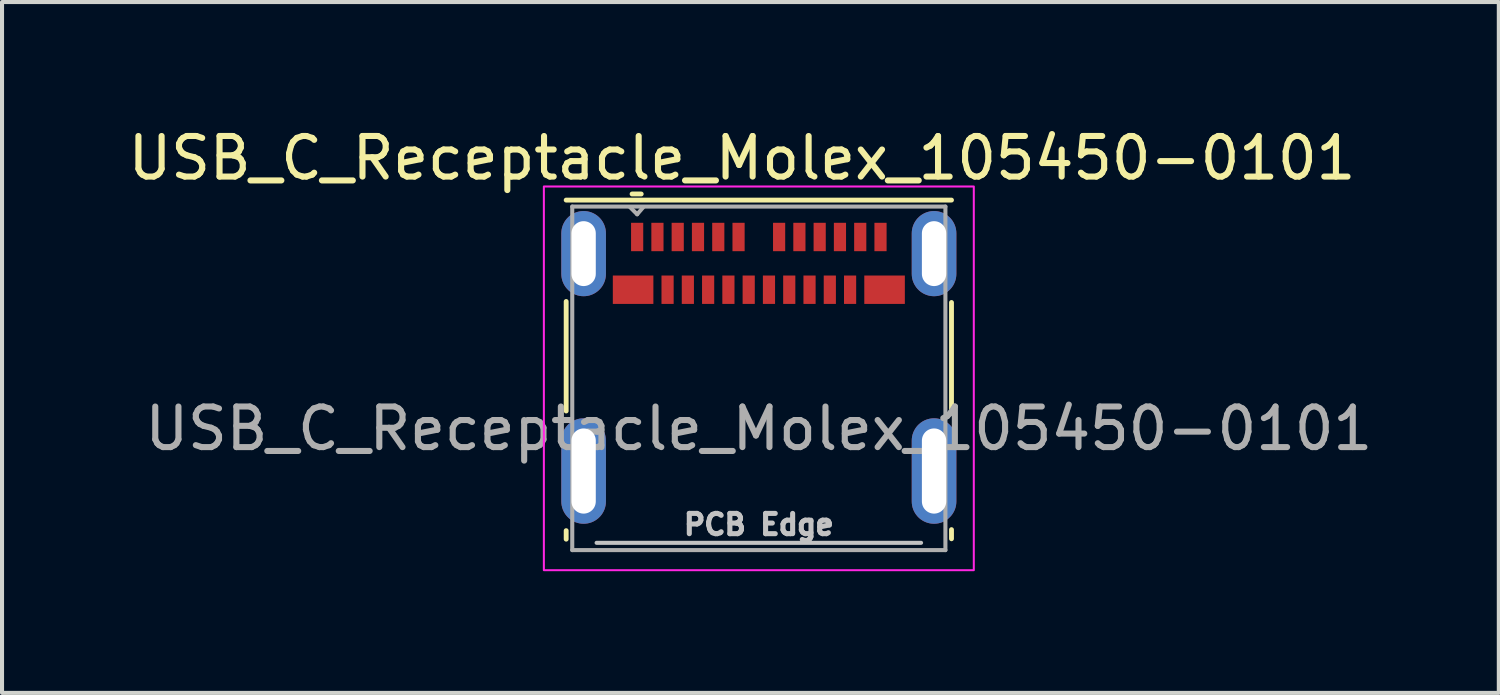
<source format=kicad_pcb>
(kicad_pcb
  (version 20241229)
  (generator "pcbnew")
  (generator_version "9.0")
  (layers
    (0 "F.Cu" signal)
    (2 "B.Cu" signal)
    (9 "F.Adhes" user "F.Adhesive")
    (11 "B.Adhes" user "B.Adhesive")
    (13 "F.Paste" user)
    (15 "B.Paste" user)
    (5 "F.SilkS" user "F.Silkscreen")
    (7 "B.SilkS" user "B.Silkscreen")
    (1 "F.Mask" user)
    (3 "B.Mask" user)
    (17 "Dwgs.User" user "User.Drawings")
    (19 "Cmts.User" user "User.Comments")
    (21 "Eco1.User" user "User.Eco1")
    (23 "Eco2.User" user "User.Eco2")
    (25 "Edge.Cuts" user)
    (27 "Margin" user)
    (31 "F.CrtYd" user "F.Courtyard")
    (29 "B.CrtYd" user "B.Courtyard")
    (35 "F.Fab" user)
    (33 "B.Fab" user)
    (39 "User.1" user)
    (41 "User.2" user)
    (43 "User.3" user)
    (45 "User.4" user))
  (footprint "USB_C_Receptacle_Molex_105450-0101"
    (layer "F.Cu")
    (at 15.659 6.008)
    (property "Reference" "USB_C_Receptacle_Molex_105450-0101" (at -0.415 -5.16 0) (unlocked yes) (layer "F.SilkS") (effects (font (size 1 1) (thickness 0.15))))
    (attr smd)
    (fp_line (start -4.75 -4.125) (end 4.75 -4.125) (stroke (width 0.12) (type solid)) (layer "F.SilkS"))
    (fp_line (start -4.75 -1.625) (end -4.75 1.075) (stroke (width 0.12) (type solid)) (layer "F.SilkS"))
    (fp_line (start -4.75 4.235) (end -4.75 4.025) (stroke (width 0.12) (type solid)) (layer "F.SilkS"))
    (fp_line (start -3.125 -4.275) (end -2.9 -4.275) (stroke (width 0.12) (type solid)) (layer "F.SilkS"))
    (fp_line (start 4.75 1.125) (end 4.75 -1.6) (stroke (width 0.12) (type solid)) (layer "F.SilkS"))
    (fp_line (start 4.75 4.225) (end 4.75 4) (stroke (width 0.12) (type solid)) (layer "F.SilkS"))
    (fp_line (start -4 4.325) (end 4 4.325) (stroke (width 0.1) (type solid)) (layer "Dwgs.User"))
    (fp_rect (start -5.3 -4.46) (end 5.3 5) (stroke (width 0.05) (type solid)) (fill no) (layer "F.CrtYd"))
    (fp_line (start -4.6 -3.965) (end -4.6 4.505) (stroke (width 0.1) (type solid)) (layer "F.Fab"))
    (fp_line (start -4.6 -3.965) (end 4.6 -3.965) (stroke (width 0.1) (type solid)) (layer "F.Fab"))
    (fp_line (start -4.6 4.505) (end 4.6 4.505) (stroke (width 0.1) (type solid)) (layer "F.Fab"))
    (fp_line (start -3.175 -3.95) (end -3 -3.775) (stroke (width 0.1) (type solid)) (layer "F.Fab"))
    (fp_line (start -3 -3.775) (end -2.85 -3.95) (stroke (width 0.1) (type solid)) (layer "F.Fab"))
    (fp_line (start 4.6 4.505) (end 4.6 -3.965) (stroke (width 0.1) (type solid)) (layer "F.Fab"))
    (fp_text user "PCB Edge" (at 0 3.875 0) (unlocked yes) (layer "Dwgs.User") (effects (font (size 0.5 0.5) (thickness 0.125))))
    (fp_text user "${REFERENCE}" (at 0 1.51 0) (unlocked yes) (layer "F.Fab") (effects (font (size 1 1) (thickness 0.15))))
    (pad "A1" smd rect (at -3 -3.215) (size 0.3 0.7) (layers "F.Cu" "F.Mask" "F.Paste"))
    (pad "A2" smd rect (at -2.5 -3.215) (size 0.3 0.7) (layers "F.Cu" "F.Mask" "F.Paste"))
    (pad "A3" smd rect (at -2 -3.215) (size 0.3 0.7) (layers "F.Cu" "F.Mask" "F.Paste"))
    (pad "A4" smd rect (at -1.5 -3.215) (size 0.3 0.7) (layers "F.Cu" "F.Mask" "F.Paste"))
    (pad "A5" smd rect (at -1 -3.215) (size 0.3 0.7) (layers "F.Cu" "F.Mask" "F.Paste"))
    (pad "A6" smd rect (at -0.5 -3.215) (size 0.3 0.7) (layers "F.Cu" "F.Mask" "F.Paste"))
    (pad "A7" smd rect (at 0.5 -3.215) (size 0.3 0.7) (layers "F.Cu" "F.Mask" "F.Paste"))
    (pad "A8" smd rect (at 1 -3.215) (size 0.3 0.7) (layers "F.Cu" "F.Mask" "F.Paste"))
    (pad "A9" smd rect (at 1.5 -3.215) (size 0.3 0.7) (layers "F.Cu" "F.Mask" "F.Paste"))
    (pad "A10" smd rect (at 2 -3.215) (size 0.3 0.7) (layers "F.Cu" "F.Mask" "F.Paste"))
    (pad "A11" smd rect (at 2.5 -3.215) (size 0.3 0.7) (layers "F.Cu" "F.Mask" "F.Paste"))
    (pad "A12" smd rect (at 3 -3.215) (size 0.3 0.7) (layers "F.Cu" "F.Mask" "F.Paste"))
    (pad "B1" smd rect (at 3.1 -1.915) (size 1 0.7) (layers "F.Cu" "F.Mask" "F.Paste"))
    (pad "B2" smd rect (at 2.25 -1.915) (size 0.3 0.7) (layers "F.Cu" "F.Mask" "F.Paste"))
    (pad "B3" smd rect (at 1.75 -1.915) (size 0.3 0.7) (layers "F.Cu" "F.Mask" "F.Paste"))
    (pad "B4" smd rect (at 1.25 -1.915) (size 0.3 0.7) (layers "F.Cu" "F.Mask" "F.Paste"))
    (pad "B5" smd rect (at 0.75 -1.915) (size 0.3 0.7) (layers "F.Cu" "F.Mask" "F.Paste"))
    (pad "B6" smd rect (at 0.25 -1.915) (size 0.3 0.7) (layers "F.Cu" "F.Mask" "F.Paste"))
    (pad "B7" smd rect (at -0.25 -1.915) (size 0.3 0.7) (layers "F.Cu" "F.Mask" "F.Paste"))
    (pad "B8" smd rect (at -0.75 -1.915) (size 0.3 0.7) (layers "F.Cu" "F.Mask" "F.Paste"))
    (pad "B9" smd rect (at -1.25 -1.915) (size 0.3 0.7) (layers "F.Cu" "F.Mask" "F.Paste"))
    (pad "B10" smd rect (at -1.75 -1.915) (size 0.3 0.7) (layers "F.Cu" "F.Mask" "F.Paste"))
    (pad "B11" smd rect (at -2.25 -1.915) (size 0.3 0.7) (layers "F.Cu" "F.Mask" "F.Paste"))
    (pad "B12" smd rect (at -3.1 -1.915) (size 1 0.7) (layers "F.Cu" "F.Mask" "F.Paste"))
    (pad "S1" thru_hole oval (at -4.32 -2.805) (size 1.1 2.1) (drill oval 0.6 1.6) (layers "*.Cu" "*.Mask"))
    (pad "S1" thru_hole oval (at -4.32 2.555) (size 1.1 2.6) (drill oval 0.6 2.1) (layers "*.Cu" "*.Mask"))
    (pad "S1" thru_hole oval (at 4.32 -2.805) (size 1.1 2.1) (drill oval 0.6 1.6) (layers "*.Cu" "*.Mask"))
    (pad "S1" thru_hole oval (at 4.32 2.555) (size 1.1 2.6) (drill oval 0.6 2.1) (layers "*.Cu" "*.Mask"))
    (zone (net_name "") (layers "F.Cu" "Dwgs.User") (hatch full 0.508) (connect_pads) (min_thickness 0.254) (filled_areas_thickness no) (keepout (tracks not_allowed) (vias not_allowed) (pads not_allowed) (copperpour not_allowed) (footprints not_allowed)) (placement (enabled no)) (fill) (polygon (pts (xy 19.159 10.333) (xy 12.159 10.333) (xy 12.159 5.803) (xy 19.159 5.803)))))
  (gr_rect
    (start -3 -3)
    (end 33.903 14.033)
    (stroke (width 0.1) (type default))
    (fill no)
    (layer "Edge.Cuts")))
</source>
